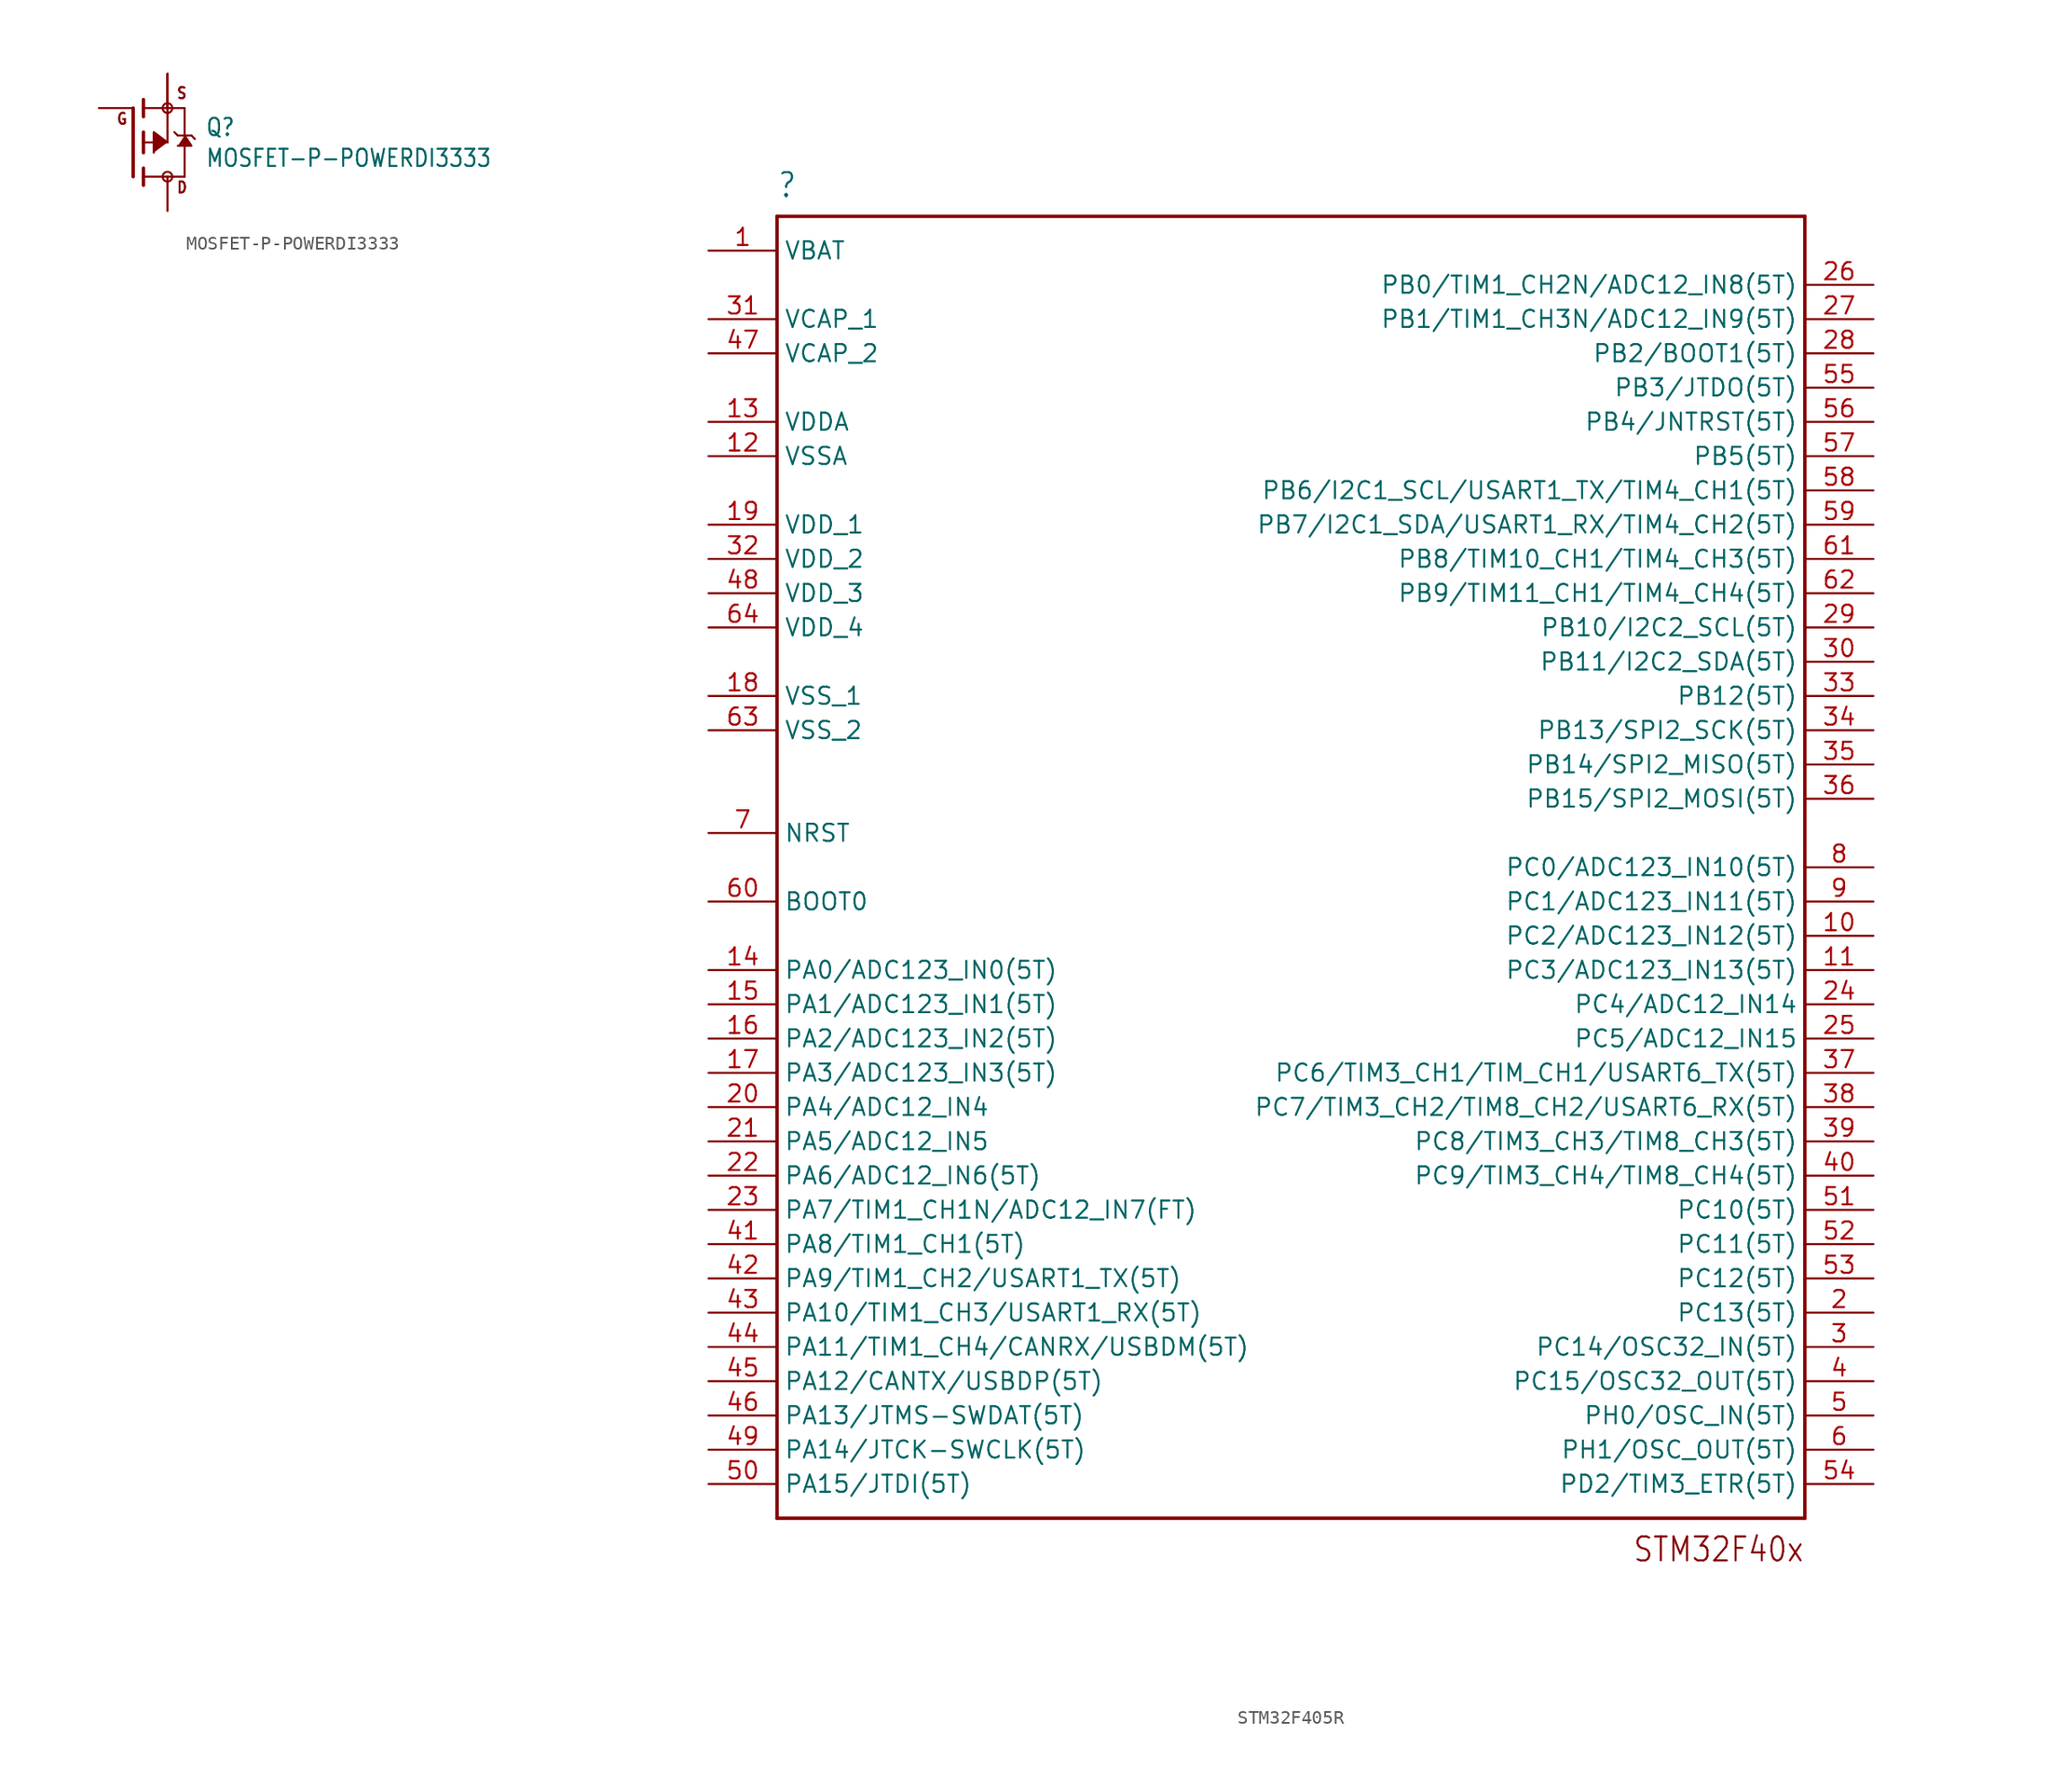
<source format=kicad_sym>
(kicad_symbol_lib
  (version 20211014)
  (generator kicad_symbol_editor)
  (symbol "MOSFET-P-POWERDI3333"
    (property "Reference" "Q"
      (at 2.794 0.381 0)
      (effects (font (size 1.27 1.079)) (justify left bottom)))
    (property "Value" "MOSFET-P-POWERDI3333"
      (at 2.794 -1.905 0)
      (effects (font (size 1.27 1.079)) (justify left bottom)))
    (property "ki_locked" ""
      (at 0 0 0)
      (effects (font (size 1.27 1.27))))
    (symbol "MOSFET-P-POWERDI3333_1_0"
      (circle (center 0 -2.54) (radius 0.359) (stroke (width 0) (type default) (color 0 0 0 0)) (fill (type none)))
      (polyline (pts (xy -2.54 -2.54) (xy -2.54 2.54)) (stroke (width 0.254) (type default) (color 0 0 0 0)) (fill (type none)))
      (polyline (pts (xy -1.778 -3.175) (xy -1.778 -2.54)) (stroke (width 0.254) (type default) (color 0 0 0 0)) (fill (type none)))
      (polyline (pts (xy -1.778 -2.54) (xy -1.778 -1.905)) (stroke (width 0.254) (type default) (color 0 0 0 0)) (fill (type none)))
      (polyline (pts (xy -1.778 -2.54) (xy 1.27 -2.54)) (stroke (width 0.152) (type default) (color 0 0 0 0)) (fill (type none)))
      (polyline (pts (xy -1.778 -0.762) (xy -1.778 0)) (stroke (width 0.254) (type default) (color 0 0 0 0)) (fill (type none)))
      (polyline (pts (xy -1.778 0) (xy -1.778 0.762)) (stroke (width 0.254) (type default) (color 0 0 0 0)) (fill (type none)))
      (polyline (pts (xy -1.778 0) (xy 0 0)) (stroke (width 0.152) (type default) (color 0 0 0 0)) (fill (type none)))
      (polyline (pts (xy -1.778 1.905) (xy -1.778 2.54)) (stroke (width 0.254) (type default) (color 0 0 0 0)) (fill (type none)))
      (polyline (pts (xy -1.778 2.54) (xy -1.778 3.175)) (stroke (width 0.254) (type default) (color 0 0 0 0)) (fill (type none)))
      (polyline (pts (xy 0 0) (xy 0 2.54)) (stroke (width 0.152) (type default) (color 0 0 0 0)) (fill (type none)))
      (polyline (pts (xy 0 2.54) (xy -1.778 2.54)) (stroke (width 0.152) (type default) (color 0 0 0 0)) (fill (type none)))
      (polyline (pts (xy 0 2.54) (xy 1.27 2.54)) (stroke (width 0.152) (type default) (color 0 0 0 0)) (fill (type none)))
      (polyline (pts (xy 0.508 0.762) (xy 0.762 0.508)) (stroke (width 0.152) (type default) (color 0 0 0 0)) (fill (type none)))
      (polyline (pts (xy 0.762 0.508) (xy 1.27 0.508)) (stroke (width 0.152) (type default) (color 0 0 0 0)) (fill (type none)))
      (polyline (pts (xy 1.27 -2.54) (xy 1.27 0.508)) (stroke (width 0.152) (type default) (color 0 0 0 0)) (fill (type none)))
      (polyline (pts (xy 1.27 0.508) (xy 1.27 2.54)) (stroke (width 0.152) (type default) (color 0 0 0 0)) (fill (type none)))
      (polyline (pts (xy 1.27 0.508) (xy 1.778 0.508)) (stroke (width 0.152) (type default) (color 0 0 0 0)) (fill (type none)))
      (polyline (pts (xy 1.778 0.508) (xy 2.032 0.254)) (stroke (width 0.152) (type default) (color 0 0 0 0)) (fill (type none)))
      (polyline (pts (xy 0 0) (xy -1.016 0.762) (xy -1.016 -0.762)) (stroke (width 0) (type default) (color 0 0 0 0)) (fill (type outline)))
      (polyline (pts (xy 1.27 0.508) (xy 1.778 -0.254) (xy 0.762 -0.254)) (stroke (width 0) (type default) (color 0 0 0 0)) (fill (type outline)))
      (circle (center 0 2.54) (radius 0.359) (stroke (width 0) (type default) (color 0 0 0 0)) (fill (type none)))
      (text "D" (at 0.635 -3.81 0) (effects (font (size 0.813 0.691)) (justify left bottom)))
      (text "G" (at -3.81 1.27 0) (effects (font (size 0.813 0.691)) (justify left bottom)))
      (text "S" (at 0.635 3.175 0) (effects (font (size 0.813 0.691)) (justify left bottom)))
      (pin passive line (at 0 5.08 270) (length 2.54) (name "S" (effects (font (size 0 0)))) (number "1" (effects (font (size 0 0)))))
      (pin passive line (at 0 5.08 270) (length 2.54) (name "S" (effects (font (size 0 0)))) (number "2" (effects (font (size 0 0)))))
      (pin passive line (at 0 5.08 270) (length 2.54) (name "S" (effects (font (size 0 0)))) (number "3" (effects (font (size 0 0)))))
      (pin passive line (at -5.08 2.54 0) (length 2.54) (name "G" (effects (font (size 0 0)))) (number "4" (effects (font (size 0 0)))))
      (pin passive line (at 0 -5.08 90) (length 2.54) (name "D" (effects (font (size 0 0)))) (number "5678" (effects (font (size 0 0)))))))
  (symbol "STM32F405R"
    (property "Reference" ""
      (at -38.1 49.53 0)
      (effects (font (size 1.778 1.511)) (justify left bottom)))
    (property "ki_locked" ""
      (at 0 0 0)
      (effects (font (size 1.27 1.27))))
    (symbol "STM32F405R_1_0"
      (polyline (pts (xy -38.1 -48.26) (xy -38.1 48.26)) (stroke (width 0.254) (type default) (color 0 0 0 0)) (fill (type none)))
      (polyline (pts (xy -38.1 48.26) (xy 38.1 48.26)) (stroke (width 0.254) (type default) (color 0 0 0 0)) (fill (type none)))
      (polyline (pts (xy 38.1 -48.26) (xy -38.1 -48.26)) (stroke (width 0.254) (type default) (color 0 0 0 0)) (fill (type none)))
      (polyline (pts (xy 38.1 48.26) (xy 38.1 -48.26)) (stroke (width 0.254) (type default) (color 0 0 0 0)) (fill (type none)))
      (text "STM32F40x" (at 38.1 -49.53 0) (effects (font (size 1.778 1.511)) (justify right top)))
      (pin bidirectional line (at -43.18 45.72 0) (length 5.08) (name "VBAT" (effects (font (size 1.27 1.27)))) (number "1" (effects (font (size 1.27 1.27)))))
      (pin bidirectional line (at 43.18 -5.08 180) (length 5.08) (name "PC2/ADC123_IN12(5T)" (effects (font (size 1.27 1.27)))) (number "10" (effects (font (size 1.27 1.27)))))
      (pin bidirectional line (at 43.18 -7.62 180) (length 5.08) (name "PC3/ADC123_IN13(5T)" (effects (font (size 1.27 1.27)))) (number "11" (effects (font (size 1.27 1.27)))))
      (pin bidirectional line (at -43.18 30.48 0) (length 5.08) (name "VSSA" (effects (font (size 1.27 1.27)))) (number "12" (effects (font (size 1.27 1.27)))))
      (pin bidirectional line (at -43.18 33.02 0) (length 5.08) (name "VDDA" (effects (font (size 1.27 1.27)))) (number "13" (effects (font (size 1.27 1.27)))))
      (pin bidirectional line (at -43.18 -7.62 0) (length 5.08) (name "PA0/ADC123_IN0(5T)" (effects (font (size 1.27 1.27)))) (number "14" (effects (font (size 1.27 1.27)))))
      (pin bidirectional line (at -43.18 -10.16 0) (length 5.08) (name "PA1/ADC123_IN1(5T)" (effects (font (size 1.27 1.27)))) (number "15" (effects (font (size 1.27 1.27)))))
      (pin bidirectional line (at -43.18 -12.7 0) (length 5.08) (name "PA2/ADC123_IN2(5T)" (effects (font (size 1.27 1.27)))) (number "16" (effects (font (size 1.27 1.27)))))
      (pin bidirectional line (at -43.18 -15.24 0) (length 5.08) (name "PA3/ADC123_IN3(5T)" (effects (font (size 1.27 1.27)))) (number "17" (effects (font (size 1.27 1.27)))))
      (pin bidirectional line (at -43.18 12.7 0) (length 5.08) (name "VSS_1" (effects (font (size 1.27 1.27)))) (number "18" (effects (font (size 1.27 1.27)))))
      (pin bidirectional line (at -43.18 25.4 0) (length 5.08) (name "VDD_1" (effects (font (size 1.27 1.27)))) (number "19" (effects (font (size 1.27 1.27)))))
      (pin bidirectional line (at 43.18 -33.02 180) (length 5.08) (name "PC13(5T)" (effects (font (size 1.27 1.27)))) (number "2" (effects (font (size 1.27 1.27)))))
      (pin bidirectional line (at -43.18 -17.78 0) (length 5.08) (name "PA4/ADC12_IN4" (effects (font (size 1.27 1.27)))) (number "20" (effects (font (size 1.27 1.27)))))
      (pin bidirectional line (at -43.18 -20.32 0) (length 5.08) (name "PA5/ADC12_IN5" (effects (font (size 1.27 1.27)))) (number "21" (effects (font (size 1.27 1.27)))))
      (pin bidirectional line (at -43.18 -22.86 0) (length 5.08) (name "PA6/ADC12_IN6(5T)" (effects (font (size 1.27 1.27)))) (number "22" (effects (font (size 1.27 1.27)))))
      (pin bidirectional line (at -43.18 -25.4 0) (length 5.08) (name "PA7/TIM1_CH1N/ADC12_IN7(FT)" (effects (font (size 1.27 1.27)))) (number "23" (effects (font (size 1.27 1.27)))))
      (pin bidirectional line (at 43.18 -10.16 180) (length 5.08) (name "PC4/ADC12_IN14" (effects (font (size 1.27 1.27)))) (number "24" (effects (font (size 1.27 1.27)))))
      (pin bidirectional line (at 43.18 -12.7 180) (length 5.08) (name "PC5/ADC12_IN15" (effects (font (size 1.27 1.27)))) (number "25" (effects (font (size 1.27 1.27)))))
      (pin bidirectional line (at 43.18 43.18 180) (length 5.08) (name "PB0/TIM1_CH2N/ADC12_IN8(5T)" (effects (font (size 1.27 1.27)))) (number "26" (effects (font (size 1.27 1.27)))))
      (pin bidirectional line (at 43.18 40.64 180) (length 5.08) (name "PB1/TIM1_CH3N/ADC12_IN9(5T)" (effects (font (size 1.27 1.27)))) (number "27" (effects (font (size 1.27 1.27)))))
      (pin bidirectional line (at 43.18 38.1 180) (length 5.08) (name "PB2/BOOT1(5T)" (effects (font (size 1.27 1.27)))) (number "28" (effects (font (size 1.27 1.27)))))
      (pin bidirectional line (at 43.18 17.78 180) (length 5.08) (name "PB10/I2C2_SCL(5T)" (effects (font (size 1.27 1.27)))) (number "29" (effects (font (size 1.27 1.27)))))
      (pin bidirectional line (at 43.18 -35.56 180) (length 5.08) (name "PC14/OSC32_IN(5T)" (effects (font (size 1.27 1.27)))) (number "3" (effects (font (size 1.27 1.27)))))
      (pin bidirectional line (at 43.18 15.24 180) (length 5.08) (name "PB11/I2C2_SDA(5T)" (effects (font (size 1.27 1.27)))) (number "30" (effects (font (size 1.27 1.27)))))
      (pin bidirectional line (at -43.18 40.64 0) (length 5.08) (name "VCAP_1" (effects (font (size 1.27 1.27)))) (number "31" (effects (font (size 1.27 1.27)))))
      (pin bidirectional line (at -43.18 22.86 0) (length 5.08) (name "VDD_2" (effects (font (size 1.27 1.27)))) (number "32" (effects (font (size 1.27 1.27)))))
      (pin bidirectional line (at 43.18 12.7 180) (length 5.08) (name "PB12(5T)" (effects (font (size 1.27 1.27)))) (number "33" (effects (font (size 1.27 1.27)))))
      (pin bidirectional line (at 43.18 10.16 180) (length 5.08) (name "PB13/SPI2_SCK(5T)" (effects (font (size 1.27 1.27)))) (number "34" (effects (font (size 1.27 1.27)))))
      (pin bidirectional line (at 43.18 7.62 180) (length 5.08) (name "PB14/SPI2_MISO(5T)" (effects (font (size 1.27 1.27)))) (number "35" (effects (font (size 1.27 1.27)))))
      (pin bidirectional line (at 43.18 5.08 180) (length 5.08) (name "PB15/SPI2_MOSI(5T)" (effects (font (size 1.27 1.27)))) (number "36" (effects (font (size 1.27 1.27)))))
      (pin bidirectional line (at 43.18 -15.24 180) (length 5.08) (name "PC6/TIM3_CH1/TIM_CH1/USART6_TX(5T)" (effects (font (size 1.27 1.27)))) (number "37" (effects (font (size 1.27 1.27)))))
      (pin bidirectional line (at 43.18 -17.78 180) (length 5.08) (name "PC7/TIM3_CH2/TIM8_CH2/USART6_RX(5T)" (effects (font (size 1.27 1.27)))) (number "38" (effects (font (size 1.27 1.27)))))
      (pin bidirectional line (at 43.18 -20.32 180) (length 5.08) (name "PC8/TIM3_CH3/TIM8_CH3(5T)" (effects (font (size 1.27 1.27)))) (number "39" (effects (font (size 1.27 1.27)))))
      (pin bidirectional line (at 43.18 -38.1 180) (length 5.08) (name "PC15/OSC32_OUT(5T)" (effects (font (size 1.27 1.27)))) (number "4" (effects (font (size 1.27 1.27)))))
      (pin bidirectional line (at 43.18 -22.86 180) (length 5.08) (name "PC9/TIM3_CH4/TIM8_CH4(5T)" (effects (font (size 1.27 1.27)))) (number "40" (effects (font (size 1.27 1.27)))))
      (pin bidirectional line (at -43.18 -27.94 0) (length 5.08) (name "PA8/TIM1_CH1(5T)" (effects (font (size 1.27 1.27)))) (number "41" (effects (font (size 1.27 1.27)))))
      (pin bidirectional line (at -43.18 -30.48 0) (length 5.08) (name "PA9/TIM1_CH2/USART1_TX(5T)" (effects (font (size 1.27 1.27)))) (number "42" (effects (font (size 1.27 1.27)))))
      (pin bidirectional line (at -43.18 -33.02 0) (length 5.08) (name "PA10/TIM1_CH3/USART1_RX(5T)" (effects (font (size 1.27 1.27)))) (number "43" (effects (font (size 1.27 1.27)))))
      (pin bidirectional line (at -43.18 -35.56 0) (length 5.08) (name "PA11/TIM1_CH4/CANRX/USBDM(5T)" (effects (font (size 1.27 1.27)))) (number "44" (effects (font (size 1.27 1.27)))))
      (pin bidirectional line (at -43.18 -38.1 0) (length 5.08) (name "PA12/CANTX/USBDP(5T)" (effects (font (size 1.27 1.27)))) (number "45" (effects (font (size 1.27 1.27)))))
      (pin bidirectional line (at -43.18 -40.64 0) (length 5.08) (name "PA13/JTMS-SWDAT(5T)" (effects (font (size 1.27 1.27)))) (number "46" (effects (font (size 1.27 1.27)))))
      (pin bidirectional line (at -43.18 38.1 0) (length 5.08) (name "VCAP_2" (effects (font (size 1.27 1.27)))) (number "47" (effects (font (size 1.27 1.27)))))
      (pin bidirectional line (at -43.18 20.32 0) (length 5.08) (name "VDD_3" (effects (font (size 1.27 1.27)))) (number "48" (effects (font (size 1.27 1.27)))))
      (pin bidirectional line (at -43.18 -43.18 0) (length 5.08) (name "PA14/JTCK-SWCLK(5T)" (effects (font (size 1.27 1.27)))) (number "49" (effects (font (size 1.27 1.27)))))
      (pin bidirectional line (at 43.18 -40.64 180) (length 5.08) (name "PH0/OSC_IN(5T)" (effects (font (size 1.27 1.27)))) (number "5" (effects (font (size 1.27 1.27)))))
      (pin bidirectional line (at -43.18 -45.72 0) (length 5.08) (name "PA15/JTDI(5T)" (effects (font (size 1.27 1.27)))) (number "50" (effects (font (size 1.27 1.27)))))
      (pin bidirectional line (at 43.18 -25.4 180) (length 5.08) (name "PC10(5T)" (effects (font (size 1.27 1.27)))) (number "51" (effects (font (size 1.27 1.27)))))
      (pin bidirectional line (at 43.18 -27.94 180) (length 5.08) (name "PC11(5T)" (effects (font (size 1.27 1.27)))) (number "52" (effects (font (size 1.27 1.27)))))
      (pin bidirectional line (at 43.18 -30.48 180) (length 5.08) (name "PC12(5T)" (effects (font (size 1.27 1.27)))) (number "53" (effects (font (size 1.27 1.27)))))
      (pin bidirectional line (at 43.18 -45.72 180) (length 5.08) (name "PD2/TIM3_ETR(5T)" (effects (font (size 1.27 1.27)))) (number "54" (effects (font (size 1.27 1.27)))))
      (pin bidirectional line (at 43.18 35.56 180) (length 5.08) (name "PB3/JTDO(5T)" (effects (font (size 1.27 1.27)))) (number "55" (effects (font (size 1.27 1.27)))))
      (pin bidirectional line (at 43.18 33.02 180) (length 5.08) (name "PB4/JNTRST(5T)" (effects (font (size 1.27 1.27)))) (number "56" (effects (font (size 1.27 1.27)))))
      (pin bidirectional line (at 43.18 30.48 180) (length 5.08) (name "PB5(5T)" (effects (font (size 1.27 1.27)))) (number "57" (effects (font (size 1.27 1.27)))))
      (pin bidirectional line (at 43.18 27.94 180) (length 5.08) (name "PB6/I2C1_SCL/USART1_TX/TIM4_CH1(5T)" (effects (font (size 1.27 1.27)))) (number "58" (effects (font (size 1.27 1.27)))))
      (pin bidirectional line (at 43.18 25.4 180) (length 5.08) (name "PB7/I2C1_SDA/USART1_RX/TIM4_CH2(5T)" (effects (font (size 1.27 1.27)))) (number "59" (effects (font (size 1.27 1.27)))))
      (pin bidirectional line (at 43.18 -43.18 180) (length 5.08) (name "PH1/OSC_OUT(5T)" (effects (font (size 1.27 1.27)))) (number "6" (effects (font (size 1.27 1.27)))))
      (pin bidirectional line (at -43.18 -2.54 0) (length 5.08) (name "BOOT0" (effects (font (size 1.27 1.27)))) (number "60" (effects (font (size 1.27 1.27)))))
      (pin bidirectional line (at 43.18 22.86 180) (length 5.08) (name "PB8/TIM10_CH1/TIM4_CH3(5T)" (effects (font (size 1.27 1.27)))) (number "61" (effects (font (size 1.27 1.27)))))
      (pin bidirectional line (at 43.18 20.32 180) (length 5.08) (name "PB9/TIM11_CH1/TIM4_CH4(5T)" (effects (font (size 1.27 1.27)))) (number "62" (effects (font (size 1.27 1.27)))))
      (pin bidirectional line (at -43.18 10.16 0) (length 5.08) (name "VSS_2" (effects (font (size 1.27 1.27)))) (number "63" (effects (font (size 1.27 1.27)))))
      (pin bidirectional line (at -43.18 17.78 0) (length 5.08) (name "VDD_4" (effects (font (size 1.27 1.27)))) (number "64" (effects (font (size 1.27 1.27)))))
      (pin bidirectional line (at -43.18 2.54 0) (length 5.08) (name "NRST" (effects (font (size 1.27 1.27)))) (number "7" (effects (font (size 1.27 1.27)))))
      (pin bidirectional line (at 43.18 0 180) (length 5.08) (name "PC0/ADC123_IN10(5T)" (effects (font (size 1.27 1.27)))) (number "8" (effects (font (size 1.27 1.27)))))
      (pin bidirectional line (at 43.18 -2.54 180) (length 5.08) (name "PC1/ADC123_IN11(5T)" (effects (font (size 1.27 1.27)))) (number "9" (effects (font (size 1.27 1.27))))))))
</source>
